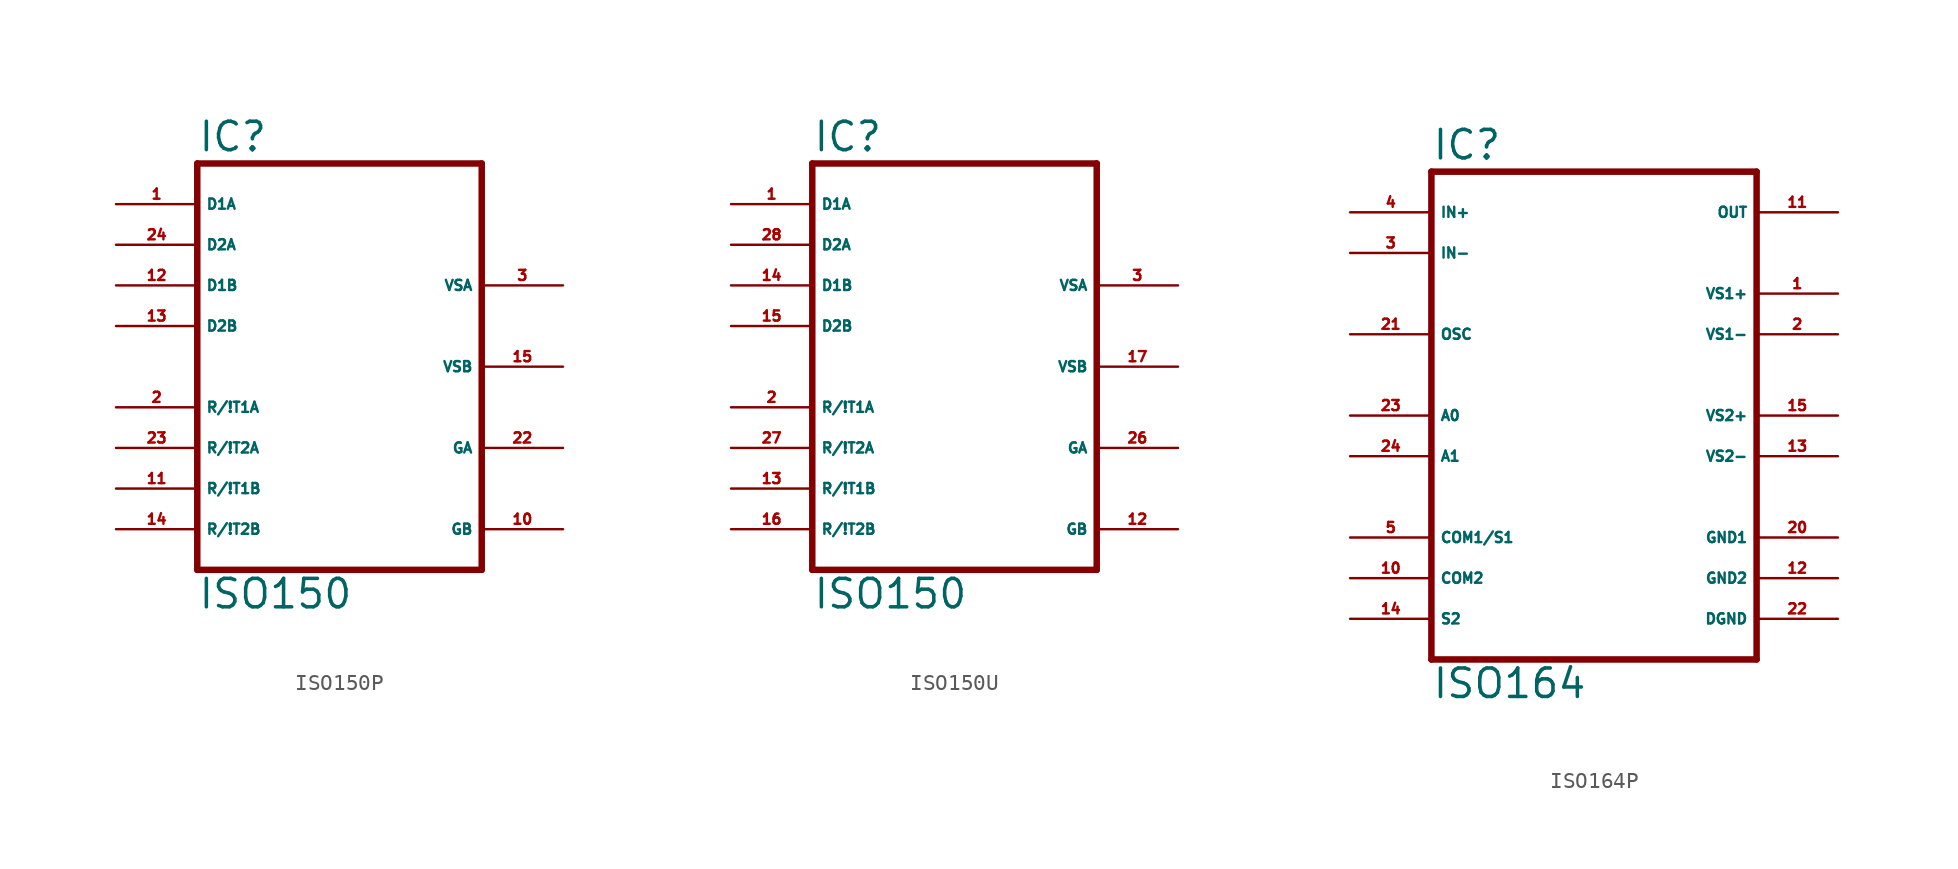
<source format=kicad_sym>
(kicad_symbol_lib
  (version 20220914)
  (generator Eagle2Kicad)
  (symbol "ISO150P"
    (property "Reference" "IC"
      (at -10.16 13.335 0)
      (effects (font (size 1.778 1.778) (thickness 0.22)) (justify left bottom)))
    (property "Value" "ISO150"
      (at -10.16 -15.24 0)
      (effects (font (size 1.778 1.778) (thickness 0.22)) (justify left bottom)))
    (polyline
      (pts (xy -10.16 -12.7) (xy 7.62 -12.7))
      (stroke (width 0.406) (type default))
      (fill (type none)))
    (polyline
      (pts (xy 7.62 -12.7) (xy 7.62 12.7))
      (stroke (width 0.406) (type default))
      (fill (type none)))
    (polyline
      (pts (xy 7.62 12.7) (xy -10.16 12.7))
      (stroke (width 0.406) (type default))
      (fill (type none)))
    (polyline
      (pts (xy -10.16 12.7) (xy -10.16 -12.7))
      (stroke (width 0.406) (type default))
      (fill (type none)))
    (pin bidirectional line
      (at -15.24 10.16 0)
      (length 5.08)
      (name "D1A" (effects (font (size 0.635 0.635) (thickness 0.08)) (justify left bottom)))
      (number "1" (effects (font (size 0.635 0.635) (thickness 0.08)) (justify left bottom))))
    (pin bidirectional line
      (at -15.24 5.08 0)
      (length 5.08)
      (name "D1B" (effects (font (size 0.635 0.635) (thickness 0.08)) (justify left bottom)))
      (number "12" (effects (font (size 0.635 0.635) (thickness 0.08)) (justify left bottom))))
    (pin bidirectional line
      (at -15.24 2.54 0)
      (length 5.08)
      (name "D2B" (effects (font (size 0.635 0.635) (thickness 0.08)) (justify left bottom)))
      (number "13" (effects (font (size 0.635 0.635) (thickness 0.08)) (justify left bottom))))
    (pin bidirectional line
      (at -15.24 7.62 0)
      (length 5.08)
      (name "D2A" (effects (font (size 0.635 0.635) (thickness 0.08)) (justify left bottom)))
      (number "24" (effects (font (size 0.635 0.635) (thickness 0.08)) (justify left bottom))))
    (pin input line
      (at -15.24 -2.54 0)
      (length 5.08)
      (name "R/!T1A" (effects (font (size 0.635 0.635) (thickness 0.08)) (justify left bottom)))
      (number "2" (effects (font (size 0.635 0.635) (thickness 0.08)) (justify left bottom))))
    (pin input line
      (at -15.24 -5.08 0)
      (length 5.08)
      (name "R/!T2A" (effects (font (size 0.635 0.635) (thickness 0.08)) (justify left bottom)))
      (number "23" (effects (font (size 0.635 0.635) (thickness 0.08)) (justify left bottom))))
    (pin input line
      (at -15.24 -7.62 0)
      (length 5.08)
      (name "R/!T1B" (effects (font (size 0.635 0.635) (thickness 0.08)) (justify left bottom)))
      (number "11" (effects (font (size 0.635 0.635) (thickness 0.08)) (justify left bottom))))
    (pin input line
      (at -15.24 -10.16 0)
      (length 5.08)
      (name "R/!T2B" (effects (font (size 0.635 0.635) (thickness 0.08)) (justify left bottom)))
      (number "14" (effects (font (size 0.635 0.635) (thickness 0.08)) (justify left bottom))))
    (pin unspecified line
      (at 12.7 -10.16 180)
      (length 5.08)
      (name "GB" (effects (font (size 0.635 0.635) (thickness 0.08)) (justify left bottom)))
      (number "10" (effects (font (size 0.635 0.635) (thickness 0.08)) (justify left bottom))))
    (pin unspecified line
      (at 12.7 -5.08 180)
      (length 5.08)
      (name "GA" (effects (font (size 0.635 0.635) (thickness 0.08)) (justify left bottom)))
      (number "22" (effects (font (size 0.635 0.635) (thickness 0.08)) (justify left bottom))))
    (pin unspecified line
      (at 12.7 5.08 180)
      (length 5.08)
      (name "VSA" (effects (font (size 0.635 0.635) (thickness 0.08)) (justify left bottom)))
      (number "3" (effects (font (size 0.635 0.635) (thickness 0.08)) (justify left bottom))))
    (pin unspecified line
      (at 12.7 0 180)
      (length 5.08)
      (name "VSB" (effects (font (size 0.635 0.635) (thickness 0.08)) (justify left bottom)))
      (number "15" (effects (font (size 0.635 0.635) (thickness 0.08)) (justify left bottom)))))
  (symbol "ISO150U"
    (property "Reference" "IC"
      (at -10.16 13.335 0)
      (effects (font (size 1.778 1.778) (thickness 0.22)) (justify left bottom)))
    (property "Value" "ISO150"
      (at -10.16 -15.24 0)
      (effects (font (size 1.778 1.778) (thickness 0.22)) (justify left bottom)))
    (polyline
      (pts (xy -10.16 -12.7) (xy 7.62 -12.7))
      (stroke (width 0.406) (type default))
      (fill (type none)))
    (polyline
      (pts (xy 7.62 -12.7) (xy 7.62 12.7))
      (stroke (width 0.406) (type default))
      (fill (type none)))
    (polyline
      (pts (xy 7.62 12.7) (xy -10.16 12.7))
      (stroke (width 0.406) (type default))
      (fill (type none)))
    (polyline
      (pts (xy -10.16 12.7) (xy -10.16 -12.7))
      (stroke (width 0.406) (type default))
      (fill (type none)))
    (pin bidirectional line
      (at -15.24 10.16 0)
      (length 5.08)
      (name "D1A" (effects (font (size 0.635 0.635) (thickness 0.08)) (justify left bottom)))
      (number "1" (effects (font (size 0.635 0.635) (thickness 0.08)) (justify left bottom))))
    (pin bidirectional line
      (at -15.24 5.08 0)
      (length 5.08)
      (name "D1B" (effects (font (size 0.635 0.635) (thickness 0.08)) (justify left bottom)))
      (number "14" (effects (font (size 0.635 0.635) (thickness 0.08)) (justify left bottom))))
    (pin bidirectional line
      (at -15.24 2.54 0)
      (length 5.08)
      (name "D2B" (effects (font (size 0.635 0.635) (thickness 0.08)) (justify left bottom)))
      (number "15" (effects (font (size 0.635 0.635) (thickness 0.08)) (justify left bottom))))
    (pin bidirectional line
      (at -15.24 7.62 0)
      (length 5.08)
      (name "D2A" (effects (font (size 0.635 0.635) (thickness 0.08)) (justify left bottom)))
      (number "28" (effects (font (size 0.635 0.635) (thickness 0.08)) (justify left bottom))))
    (pin input line
      (at -15.24 -2.54 0)
      (length 5.08)
      (name "R/!T1A" (effects (font (size 0.635 0.635) (thickness 0.08)) (justify left bottom)))
      (number "2" (effects (font (size 0.635 0.635) (thickness 0.08)) (justify left bottom))))
    (pin input line
      (at -15.24 -5.08 0)
      (length 5.08)
      (name "R/!T2A" (effects (font (size 0.635 0.635) (thickness 0.08)) (justify left bottom)))
      (number "27" (effects (font (size 0.635 0.635) (thickness 0.08)) (justify left bottom))))
    (pin input line
      (at -15.24 -7.62 0)
      (length 5.08)
      (name "R/!T1B" (effects (font (size 0.635 0.635) (thickness 0.08)) (justify left bottom)))
      (number "13" (effects (font (size 0.635 0.635) (thickness 0.08)) (justify left bottom))))
    (pin input line
      (at -15.24 -10.16 0)
      (length 5.08)
      (name "R/!T2B" (effects (font (size 0.635 0.635) (thickness 0.08)) (justify left bottom)))
      (number "16" (effects (font (size 0.635 0.635) (thickness 0.08)) (justify left bottom))))
    (pin unspecified line
      (at 12.7 -10.16 180)
      (length 5.08)
      (name "GB" (effects (font (size 0.635 0.635) (thickness 0.08)) (justify left bottom)))
      (number "12" (effects (font (size 0.635 0.635) (thickness 0.08)) (justify left bottom))))
    (pin unspecified line
      (at 12.7 -5.08 180)
      (length 5.08)
      (name "GA" (effects (font (size 0.635 0.635) (thickness 0.08)) (justify left bottom)))
      (number "26" (effects (font (size 0.635 0.635) (thickness 0.08)) (justify left bottom))))
    (pin unspecified line
      (at 12.7 5.08 180)
      (length 5.08)
      (name "VSA" (effects (font (size 0.635 0.635) (thickness 0.08)) (justify left bottom)))
      (number "3" (effects (font (size 0.635 0.635) (thickness 0.08)) (justify left bottom))))
    (pin unspecified line
      (at 12.7 0 180)
      (length 5.08)
      (name "VSB" (effects (font (size 0.635 0.635) (thickness 0.08)) (justify left bottom)))
      (number "17" (effects (font (size 0.635 0.635) (thickness 0.08)) (justify left bottom)))))
  (symbol "ISO164P"
    (property "Reference" "IC"
      (at -10.16 15.875 0)
      (effects (font (size 1.778 1.778) (thickness 0.22)) (justify left bottom)))
    (property "Value" "ISO164"
      (at -10.16 -17.78 0)
      (effects (font (size 1.778 1.778) (thickness 0.22)) (justify left bottom)))
    (polyline
      (pts (xy -10.16 -15.24) (xy 10.16 -15.24))
      (stroke (width 0.406) (type default))
      (fill (type none)))
    (polyline
      (pts (xy 10.16 -15.24) (xy 10.16 15.24))
      (stroke (width 0.406) (type default))
      (fill (type none)))
    (polyline
      (pts (xy 10.16 15.24) (xy -10.16 15.24))
      (stroke (width 0.406) (type default))
      (fill (type none)))
    (polyline
      (pts (xy -10.16 15.24) (xy -10.16 -15.24))
      (stroke (width 0.406) (type default))
      (fill (type none)))
    (pin input line
      (at -15.24 12.7 0)
      (length 5.08)
      (name "IN+" (effects (font (size 0.635 0.635) (thickness 0.08)) (justify left bottom)))
      (number "4" (effects (font (size 0.635 0.635) (thickness 0.08)) (justify left bottom))))
    (pin input line
      (at -15.24 10.16 0)
      (length 5.08)
      (name "IN-" (effects (font (size 0.635 0.635) (thickness 0.08)) (justify left bottom)))
      (number "3" (effects (font (size 0.635 0.635) (thickness 0.08)) (justify left bottom))))
    (pin input line
      (at -15.24 5.08 0)
      (length 5.08)
      (name "OSC" (effects (font (size 0.635 0.635) (thickness 0.08)) (justify left bottom)))
      (number "21" (effects (font (size 0.635 0.635) (thickness 0.08)) (justify left bottom))))
    (pin output line
      (at 15.24 12.7 180)
      (length 5.08)
      (name "OUT" (effects (font (size 0.635 0.635) (thickness 0.08)) (justify left bottom)))
      (number "11" (effects (font (size 0.635 0.635) (thickness 0.08)) (justify left bottom))))
    (pin passive line
      (at -15.24 0 0)
      (length 5.08)
      (name "A0" (effects (font (size 0.635 0.635) (thickness 0.08)) (justify left bottom)))
      (number "23" (effects (font (size 0.635 0.635) (thickness 0.08)) (justify left bottom))))
    (pin passive line
      (at -15.24 -2.54 0)
      (length 5.08)
      (name "A1" (effects (font (size 0.635 0.635) (thickness 0.08)) (justify left bottom)))
      (number "24" (effects (font (size 0.635 0.635) (thickness 0.08)) (justify left bottom))))
    (pin passive line
      (at -15.24 -7.62 0)
      (length 5.08)
      (name "COM1/S1" (effects (font (size 0.635 0.635) (thickness 0.08)) (justify left bottom)))
      (number "5" (effects (font (size 0.635 0.635) (thickness 0.08)) (justify left bottom))))
    (pin passive line
      (at -15.24 -10.16 0)
      (length 5.08)
      (name "COM2" (effects (font (size 0.635 0.635) (thickness 0.08)) (justify left bottom)))
      (number "10" (effects (font (size 0.635 0.635) (thickness 0.08)) (justify left bottom))))
    (pin unspecified line
      (at 15.24 7.62 180)
      (length 5.08)
      (name "VS1+" (effects (font (size 0.635 0.635) (thickness 0.08)) (justify left bottom)))
      (number "1" (effects (font (size 0.635 0.635) (thickness 0.08)) (justify left bottom))))
    (pin unspecified line
      (at 15.24 0 180)
      (length 5.08)
      (name "VS2+" (effects (font (size 0.635 0.635) (thickness 0.08)) (justify left bottom)))
      (number "15" (effects (font (size 0.635 0.635) (thickness 0.08)) (justify left bottom))))
    (pin unspecified line
      (at 15.24 5.08 180)
      (length 5.08)
      (name "VS1-" (effects (font (size 0.635 0.635) (thickness 0.08)) (justify left bottom)))
      (number "2" (effects (font (size 0.635 0.635) (thickness 0.08)) (justify left bottom))))
    (pin unspecified line
      (at 15.24 -2.54 180)
      (length 5.08)
      (name "VS2-" (effects (font (size 0.635 0.635) (thickness 0.08)) (justify left bottom)))
      (number "13" (effects (font (size 0.635 0.635) (thickness 0.08)) (justify left bottom))))
    (pin unspecified line
      (at 15.24 -7.62 180)
      (length 5.08)
      (name "GND1" (effects (font (size 0.635 0.635) (thickness 0.08)) (justify left bottom)))
      (number "20" (effects (font (size 0.635 0.635) (thickness 0.08)) (justify left bottom))))
    (pin unspecified line
      (at 15.24 -10.16 180)
      (length 5.08)
      (name "GND2" (effects (font (size 0.635 0.635) (thickness 0.08)) (justify left bottom)))
      (number "12" (effects (font (size 0.635 0.635) (thickness 0.08)) (justify left bottom))))
    (pin unspecified line
      (at 15.24 -12.7 180)
      (length 5.08)
      (name "DGND" (effects (font (size 0.635 0.635) (thickness 0.08)) (justify left bottom)))
      (number "22" (effects (font (size 0.635 0.635) (thickness 0.08)) (justify left bottom))))
    (pin passive line
      (at -15.24 -12.7 0)
      (length 5.08)
      (name "S2" (effects (font (size 0.635 0.635) (thickness 0.08)) (justify left bottom)))
      (number "14" (effects (font (size 0.635 0.635) (thickness 0.08)) (justify left bottom))))))
</source>
